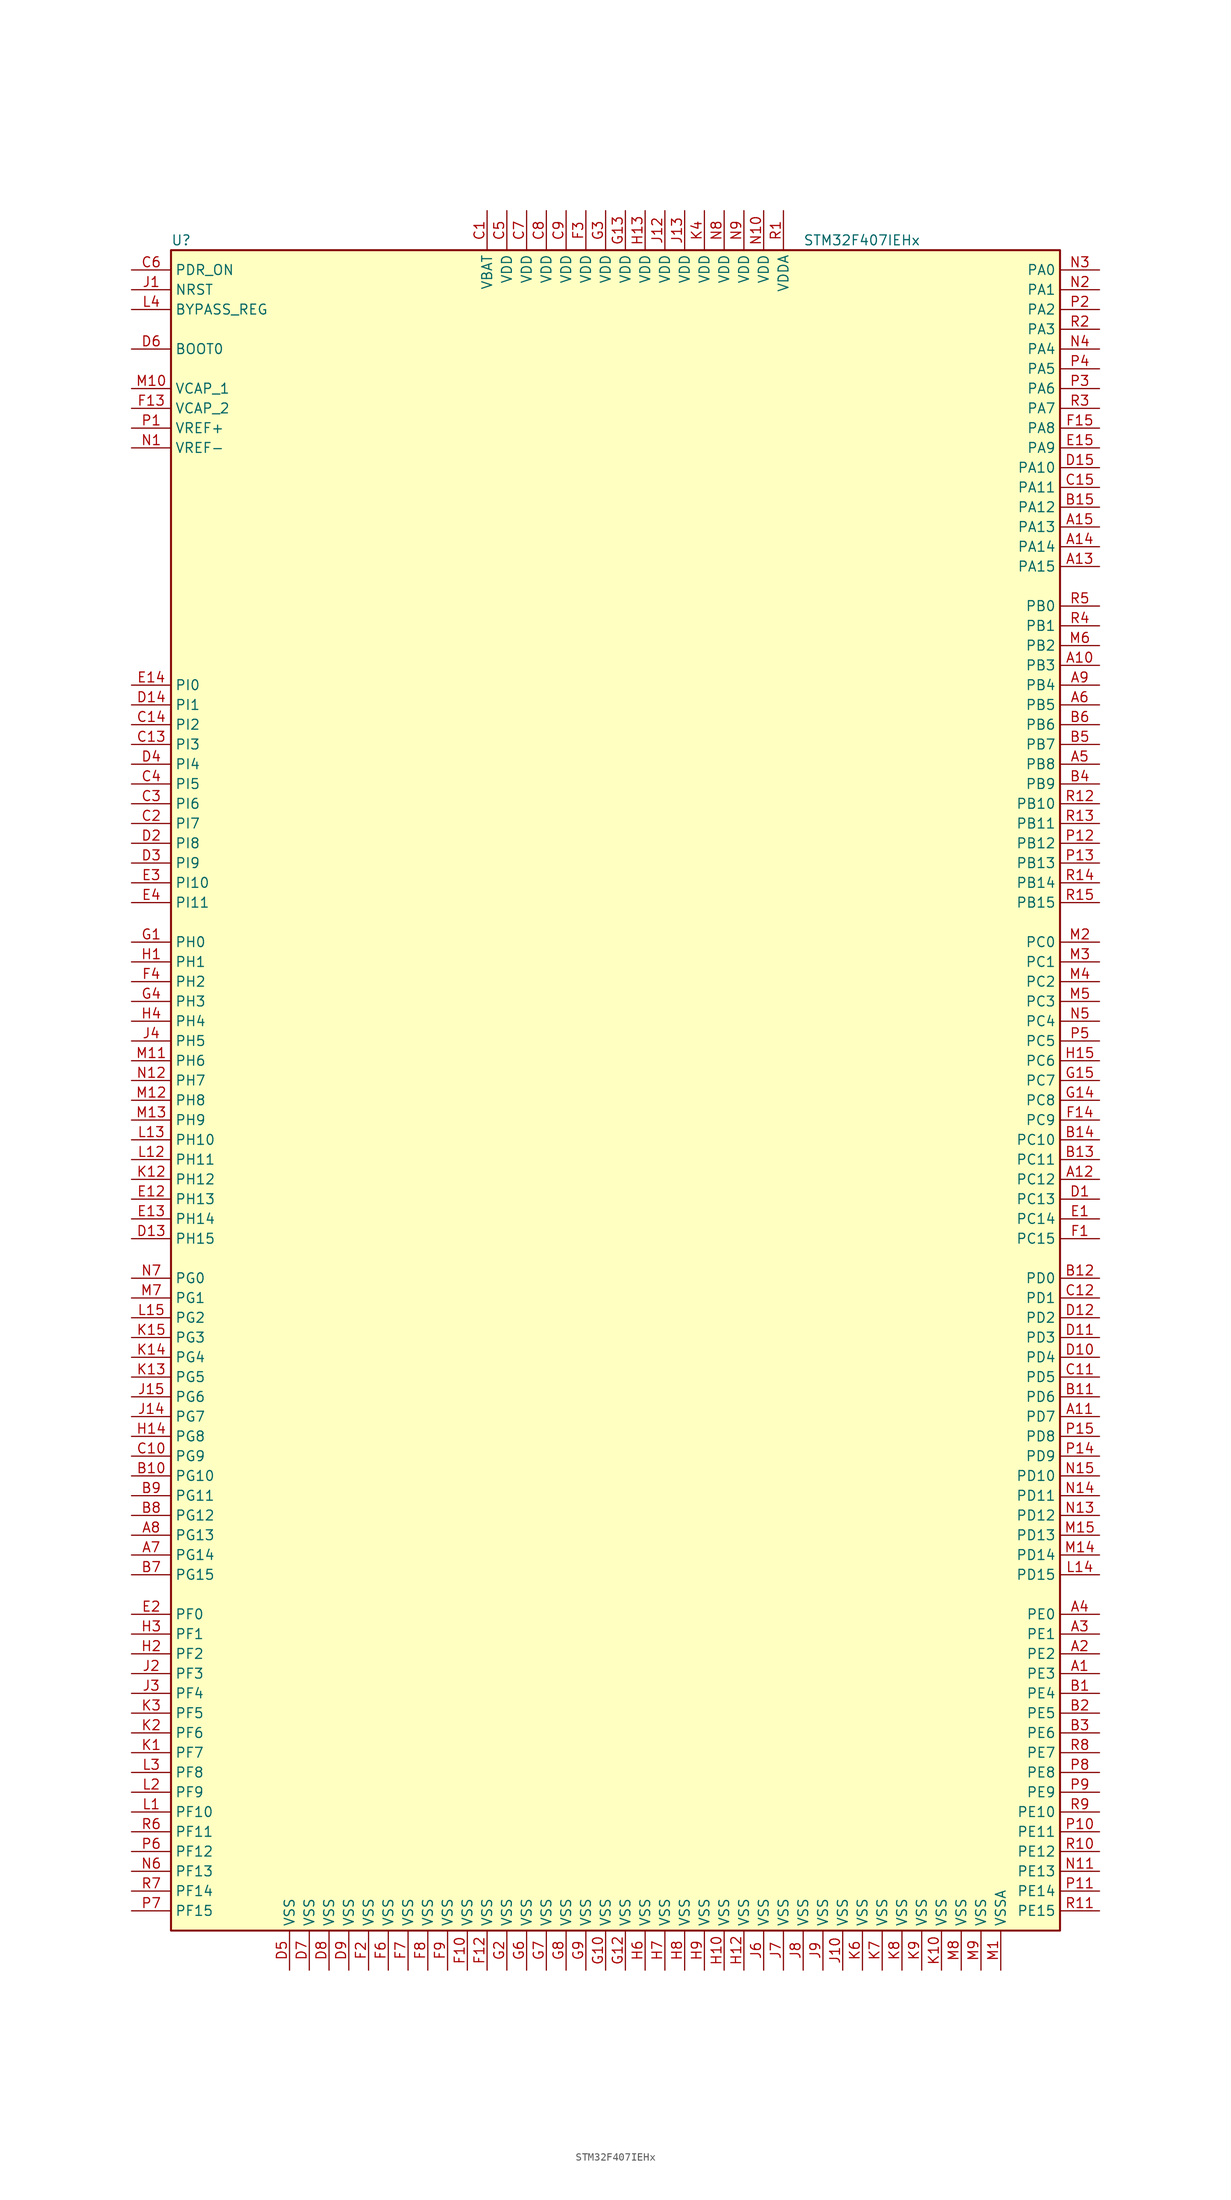
<source format=kicad_sym>
(kicad_symbol_lib
  (version 20201005)
  (generator kicad_symbol_editor)
  (symbol "STM32F407IEHx"
    (property "Reference" "U"
      (at -58.42 107.95 0)
      (effects (font (size 1.27 1.27)) (justify left)))
    (property "Value" "STM32F407IEHx"
      (at 22.86 107.95 0)
      (effects (font (size 1.27 1.27)) (justify left)))
    (symbol "STM32F407IEHx_0_1"
      (rectangle (start -58.42 -109.22) (end 55.88 106.68) (stroke (width 0.254)) (fill (type background))))
    (symbol "STM32F407IEHx_1_1"
      (pin input line (at -63.5 93.98 0) (length 5.08) (name "BOOT0" (effects (font (size 1.27 1.27)))) (number "D6" (effects (font (size 1.27 1.27)))))
      (pin input line (at -63.5 99.06 0) (length 5.08) (name "BYPASS_REG" (effects (font (size 1.27 1.27)))) (number "L4" (effects (font (size 1.27 1.27)))))
      (pin input line (at -63.5 101.6 0) (length 5.08) (name "NRST" (effects (font (size 1.27 1.27)))) (number "J1" (effects (font (size 1.27 1.27)))))
      (pin bidirectional line (at 60.96 104.14 180) (length 5.08) (name "PA0" (effects (font (size 1.27 1.27)))) (number "N3" (effects (font (size 1.27 1.27)))))
      (pin bidirectional line (at 60.96 101.6 180) (length 5.08) (name "PA1" (effects (font (size 1.27 1.27)))) (number "N2" (effects (font (size 1.27 1.27)))))
      (pin bidirectional line (at 60.96 78.74 180) (length 5.08) (name "PA10" (effects (font (size 1.27 1.27)))) (number "D15" (effects (font (size 1.27 1.27)))))
      (pin bidirectional line (at 60.96 76.2 180) (length 5.08) (name "PA11" (effects (font (size 1.27 1.27)))) (number "C15" (effects (font (size 1.27 1.27)))))
      (pin bidirectional line (at 60.96 73.66 180) (length 5.08) (name "PA12" (effects (font (size 1.27 1.27)))) (number "B15" (effects (font (size 1.27 1.27)))))
      (pin bidirectional line (at 60.96 71.12 180) (length 5.08) (name "PA13" (effects (font (size 1.27 1.27)))) (number "A15" (effects (font (size 1.27 1.27)))))
      (pin bidirectional line (at 60.96 68.58 180) (length 5.08) (name "PA14" (effects (font (size 1.27 1.27)))) (number "A14" (effects (font (size 1.27 1.27)))))
      (pin bidirectional line (at 60.96 66.04 180) (length 5.08) (name "PA15" (effects (font (size 1.27 1.27)))) (number "A13" (effects (font (size 1.27 1.27)))))
      (pin bidirectional line (at 60.96 99.06 180) (length 5.08) (name "PA2" (effects (font (size 1.27 1.27)))) (number "P2" (effects (font (size 1.27 1.27)))))
      (pin bidirectional line (at 60.96 96.52 180) (length 5.08) (name "PA3" (effects (font (size 1.27 1.27)))) (number "R2" (effects (font (size 1.27 1.27)))))
      (pin bidirectional line (at 60.96 93.98 180) (length 5.08) (name "PA4" (effects (font (size 1.27 1.27)))) (number "N4" (effects (font (size 1.27 1.27)))))
      (pin bidirectional line (at 60.96 91.44 180) (length 5.08) (name "PA5" (effects (font (size 1.27 1.27)))) (number "P4" (effects (font (size 1.27 1.27)))))
      (pin bidirectional line (at 60.96 88.9 180) (length 5.08) (name "PA6" (effects (font (size 1.27 1.27)))) (number "P3" (effects (font (size 1.27 1.27)))))
      (pin bidirectional line (at 60.96 86.36 180) (length 5.08) (name "PA7" (effects (font (size 1.27 1.27)))) (number "R3" (effects (font (size 1.27 1.27)))))
      (pin bidirectional line (at 60.96 83.82 180) (length 5.08) (name "PA8" (effects (font (size 1.27 1.27)))) (number "F15" (effects (font (size 1.27 1.27)))))
      (pin bidirectional line (at 60.96 81.28 180) (length 5.08) (name "PA9" (effects (font (size 1.27 1.27)))) (number "E15" (effects (font (size 1.27 1.27)))))
      (pin bidirectional line (at 60.96 60.96 180) (length 5.08) (name "PB0" (effects (font (size 1.27 1.27)))) (number "R5" (effects (font (size 1.27 1.27)))))
      (pin bidirectional line (at 60.96 58.42 180) (length 5.08) (name "PB1" (effects (font (size 1.27 1.27)))) (number "R4" (effects (font (size 1.27 1.27)))))
      (pin bidirectional line (at 60.96 35.56 180) (length 5.08) (name "PB10" (effects (font (size 1.27 1.27)))) (number "R12" (effects (font (size 1.27 1.27)))))
      (pin bidirectional line (at 60.96 33.02 180) (length 5.08) (name "PB11" (effects (font (size 1.27 1.27)))) (number "R13" (effects (font (size 1.27 1.27)))))
      (pin bidirectional line (at 60.96 30.48 180) (length 5.08) (name "PB12" (effects (font (size 1.27 1.27)))) (number "P12" (effects (font (size 1.27 1.27)))))
      (pin bidirectional line (at 60.96 27.94 180) (length 5.08) (name "PB13" (effects (font (size 1.27 1.27)))) (number "P13" (effects (font (size 1.27 1.27)))))
      (pin bidirectional line (at 60.96 25.4 180) (length 5.08) (name "PB14" (effects (font (size 1.27 1.27)))) (number "R14" (effects (font (size 1.27 1.27)))))
      (pin bidirectional line (at 60.96 22.86 180) (length 5.08) (name "PB15" (effects (font (size 1.27 1.27)))) (number "R15" (effects (font (size 1.27 1.27)))))
      (pin bidirectional line (at 60.96 55.88 180) (length 5.08) (name "PB2" (effects (font (size 1.27 1.27)))) (number "M6" (effects (font (size 1.27 1.27)))))
      (pin bidirectional line (at 60.96 53.34 180) (length 5.08) (name "PB3" (effects (font (size 1.27 1.27)))) (number "A10" (effects (font (size 1.27 1.27)))))
      (pin bidirectional line (at 60.96 50.8 180) (length 5.08) (name "PB4" (effects (font (size 1.27 1.27)))) (number "A9" (effects (font (size 1.27 1.27)))))
      (pin bidirectional line (at 60.96 48.26 180) (length 5.08) (name "PB5" (effects (font (size 1.27 1.27)))) (number "A6" (effects (font (size 1.27 1.27)))))
      (pin bidirectional line (at 60.96 45.72 180) (length 5.08) (name "PB6" (effects (font (size 1.27 1.27)))) (number "B6" (effects (font (size 1.27 1.27)))))
      (pin bidirectional line (at 60.96 43.18 180) (length 5.08) (name "PB7" (effects (font (size 1.27 1.27)))) (number "B5" (effects (font (size 1.27 1.27)))))
      (pin bidirectional line (at 60.96 40.64 180) (length 5.08) (name "PB8" (effects (font (size 1.27 1.27)))) (number "A5" (effects (font (size 1.27 1.27)))))
      (pin bidirectional line (at 60.96 38.1 180) (length 5.08) (name "PB9" (effects (font (size 1.27 1.27)))) (number "B4" (effects (font (size 1.27 1.27)))))
      (pin bidirectional line (at 60.96 17.78 180) (length 5.08) (name "PC0" (effects (font (size 1.27 1.27)))) (number "M2" (effects (font (size 1.27 1.27)))))
      (pin bidirectional line (at 60.96 15.24 180) (length 5.08) (name "PC1" (effects (font (size 1.27 1.27)))) (number "M3" (effects (font (size 1.27 1.27)))))
      (pin bidirectional line (at 60.96 -7.62 180) (length 5.08) (name "PC10" (effects (font (size 1.27 1.27)))) (number "B14" (effects (font (size 1.27 1.27)))))
      (pin bidirectional line (at 60.96 -10.16 180) (length 5.08) (name "PC11" (effects (font (size 1.27 1.27)))) (number "B13" (effects (font (size 1.27 1.27)))))
      (pin bidirectional line (at 60.96 -12.7 180) (length 5.08) (name "PC12" (effects (font (size 1.27 1.27)))) (number "A12" (effects (font (size 1.27 1.27)))))
      (pin bidirectional line (at 60.96 -15.24 180) (length 5.08) (name "PC13" (effects (font (size 1.27 1.27)))) (number "D1" (effects (font (size 1.27 1.27)))))
      (pin bidirectional line (at 60.96 -17.78 180) (length 5.08) (name "PC14" (effects (font (size 1.27 1.27)))) (number "E1" (effects (font (size 1.27 1.27)))))
      (pin bidirectional line (at 60.96 -20.32 180) (length 5.08) (name "PC15" (effects (font (size 1.27 1.27)))) (number "F1" (effects (font (size 1.27 1.27)))))
      (pin bidirectional line (at 60.96 12.7 180) (length 5.08) (name "PC2" (effects (font (size 1.27 1.27)))) (number "M4" (effects (font (size 1.27 1.27)))))
      (pin bidirectional line (at 60.96 10.16 180) (length 5.08) (name "PC3" (effects (font (size 1.27 1.27)))) (number "M5" (effects (font (size 1.27 1.27)))))
      (pin bidirectional line (at 60.96 7.62 180) (length 5.08) (name "PC4" (effects (font (size 1.27 1.27)))) (number "N5" (effects (font (size 1.27 1.27)))))
      (pin bidirectional line (at 60.96 5.08 180) (length 5.08) (name "PC5" (effects (font (size 1.27 1.27)))) (number "P5" (effects (font (size 1.27 1.27)))))
      (pin bidirectional line (at 60.96 2.54 180) (length 5.08) (name "PC6" (effects (font (size 1.27 1.27)))) (number "H15" (effects (font (size 1.27 1.27)))))
      (pin bidirectional line (at 60.96 0 180) (length 5.08) (name "PC7" (effects (font (size 1.27 1.27)))) (number "G15" (effects (font (size 1.27 1.27)))))
      (pin bidirectional line (at 60.96 -2.54 180) (length 5.08) (name "PC8" (effects (font (size 1.27 1.27)))) (number "G14" (effects (font (size 1.27 1.27)))))
      (pin bidirectional line (at 60.96 -5.08 180) (length 5.08) (name "PC9" (effects (font (size 1.27 1.27)))) (number "F14" (effects (font (size 1.27 1.27)))))
      (pin bidirectional line (at 60.96 -25.4 180) (length 5.08) (name "PD0" (effects (font (size 1.27 1.27)))) (number "B12" (effects (font (size 1.27 1.27)))))
      (pin bidirectional line (at 60.96 -27.94 180) (length 5.08) (name "PD1" (effects (font (size 1.27 1.27)))) (number "C12" (effects (font (size 1.27 1.27)))))
      (pin bidirectional line (at 60.96 -50.8 180) (length 5.08) (name "PD10" (effects (font (size 1.27 1.27)))) (number "N15" (effects (font (size 1.27 1.27)))))
      (pin bidirectional line (at 60.96 -53.34 180) (length 5.08) (name "PD11" (effects (font (size 1.27 1.27)))) (number "N14" (effects (font (size 1.27 1.27)))))
      (pin bidirectional line (at 60.96 -55.88 180) (length 5.08) (name "PD12" (effects (font (size 1.27 1.27)))) (number "N13" (effects (font (size 1.27 1.27)))))
      (pin bidirectional line (at 60.96 -58.42 180) (length 5.08) (name "PD13" (effects (font (size 1.27 1.27)))) (number "M15" (effects (font (size 1.27 1.27)))))
      (pin bidirectional line (at 60.96 -60.96 180) (length 5.08) (name "PD14" (effects (font (size 1.27 1.27)))) (number "M14" (effects (font (size 1.27 1.27)))))
      (pin bidirectional line (at 60.96 -63.5 180) (length 5.08) (name "PD15" (effects (font (size 1.27 1.27)))) (number "L14" (effects (font (size 1.27 1.27)))))
      (pin bidirectional line (at 60.96 -30.48 180) (length 5.08) (name "PD2" (effects (font (size 1.27 1.27)))) (number "D12" (effects (font (size 1.27 1.27)))))
      (pin bidirectional line (at 60.96 -33.02 180) (length 5.08) (name "PD3" (effects (font (size 1.27 1.27)))) (number "D11" (effects (font (size 1.27 1.27)))))
      (pin bidirectional line (at 60.96 -35.56 180) (length 5.08) (name "PD4" (effects (font (size 1.27 1.27)))) (number "D10" (effects (font (size 1.27 1.27)))))
      (pin bidirectional line (at 60.96 -38.1 180) (length 5.08) (name "PD5" (effects (font (size 1.27 1.27)))) (number "C11" (effects (font (size 1.27 1.27)))))
      (pin bidirectional line (at 60.96 -40.64 180) (length 5.08) (name "PD6" (effects (font (size 1.27 1.27)))) (number "B11" (effects (font (size 1.27 1.27)))))
      (pin bidirectional line (at 60.96 -43.18 180) (length 5.08) (name "PD7" (effects (font (size 1.27 1.27)))) (number "A11" (effects (font (size 1.27 1.27)))))
      (pin bidirectional line (at 60.96 -45.72 180) (length 5.08) (name "PD8" (effects (font (size 1.27 1.27)))) (number "P15" (effects (font (size 1.27 1.27)))))
      (pin bidirectional line (at 60.96 -48.26 180) (length 5.08) (name "PD9" (effects (font (size 1.27 1.27)))) (number "P14" (effects (font (size 1.27 1.27)))))
      (pin input line (at -63.5 104.14 0) (length 5.08) (name "PDR_ON" (effects (font (size 1.27 1.27)))) (number "C6" (effects (font (size 1.27 1.27)))))
      (pin bidirectional line (at 60.96 -68.58 180) (length 5.08) (name "PE0" (effects (font (size 1.27 1.27)))) (number "A4" (effects (font (size 1.27 1.27)))))
      (pin bidirectional line (at 60.96 -71.12 180) (length 5.08) (name "PE1" (effects (font (size 1.27 1.27)))) (number "A3" (effects (font (size 1.27 1.27)))))
      (pin bidirectional line (at 60.96 -93.98 180) (length 5.08) (name "PE10" (effects (font (size 1.27 1.27)))) (number "R9" (effects (font (size 1.27 1.27)))))
      (pin bidirectional line (at 60.96 -96.52 180) (length 5.08) (name "PE11" (effects (font (size 1.27 1.27)))) (number "P10" (effects (font (size 1.27 1.27)))))
      (pin bidirectional line (at 60.96 -99.06 180) (length 5.08) (name "PE12" (effects (font (size 1.27 1.27)))) (number "R10" (effects (font (size 1.27 1.27)))))
      (pin bidirectional line (at 60.96 -101.6 180) (length 5.08) (name "PE13" (effects (font (size 1.27 1.27)))) (number "N11" (effects (font (size 1.27 1.27)))))
      (pin bidirectional line (at 60.96 -104.14 180) (length 5.08) (name "PE14" (effects (font (size 1.27 1.27)))) (number "P11" (effects (font (size 1.27 1.27)))))
      (pin bidirectional line (at 60.96 -106.68 180) (length 5.08) (name "PE15" (effects (font (size 1.27 1.27)))) (number "R11" (effects (font (size 1.27 1.27)))))
      (pin bidirectional line (at 60.96 -73.66 180) (length 5.08) (name "PE2" (effects (font (size 1.27 1.27)))) (number "A2" (effects (font (size 1.27 1.27)))))
      (pin bidirectional line (at 60.96 -76.2 180) (length 5.08) (name "PE3" (effects (font (size 1.27 1.27)))) (number "A1" (effects (font (size 1.27 1.27)))))
      (pin bidirectional line (at 60.96 -78.74 180) (length 5.08) (name "PE4" (effects (font (size 1.27 1.27)))) (number "B1" (effects (font (size 1.27 1.27)))))
      (pin bidirectional line (at 60.96 -81.28 180) (length 5.08) (name "PE5" (effects (font (size 1.27 1.27)))) (number "B2" (effects (font (size 1.27 1.27)))))
      (pin bidirectional line (at 60.96 -83.82 180) (length 5.08) (name "PE6" (effects (font (size 1.27 1.27)))) (number "B3" (effects (font (size 1.27 1.27)))))
      (pin bidirectional line (at 60.96 -86.36 180) (length 5.08) (name "PE7" (effects (font (size 1.27 1.27)))) (number "R8" (effects (font (size 1.27 1.27)))))
      (pin bidirectional line (at 60.96 -88.9 180) (length 5.08) (name "PE8" (effects (font (size 1.27 1.27)))) (number "P8" (effects (font (size 1.27 1.27)))))
      (pin bidirectional line (at 60.96 -91.44 180) (length 5.08) (name "PE9" (effects (font (size 1.27 1.27)))) (number "P9" (effects (font (size 1.27 1.27)))))
      (pin bidirectional line (at -63.5 -68.58 0) (length 5.08) (name "PF0" (effects (font (size 1.27 1.27)))) (number "E2" (effects (font (size 1.27 1.27)))))
      (pin bidirectional line (at -63.5 -71.12 0) (length 5.08) (name "PF1" (effects (font (size 1.27 1.27)))) (number "H3" (effects (font (size 1.27 1.27)))))
      (pin bidirectional line (at -63.5 -93.98 0) (length 5.08) (name "PF10" (effects (font (size 1.27 1.27)))) (number "L1" (effects (font (size 1.27 1.27)))))
      (pin bidirectional line (at -63.5 -96.52 0) (length 5.08) (name "PF11" (effects (font (size 1.27 1.27)))) (number "R6" (effects (font (size 1.27 1.27)))))
      (pin bidirectional line (at -63.5 -99.06 0) (length 5.08) (name "PF12" (effects (font (size 1.27 1.27)))) (number "P6" (effects (font (size 1.27 1.27)))))
      (pin bidirectional line (at -63.5 -101.6 0) (length 5.08) (name "PF13" (effects (font (size 1.27 1.27)))) (number "N6" (effects (font (size 1.27 1.27)))))
      (pin bidirectional line (at -63.5 -104.14 0) (length 5.08) (name "PF14" (effects (font (size 1.27 1.27)))) (number "R7" (effects (font (size 1.27 1.27)))))
      (pin bidirectional line (at -63.5 -106.68 0) (length 5.08) (name "PF15" (effects (font (size 1.27 1.27)))) (number "P7" (effects (font (size 1.27 1.27)))))
      (pin bidirectional line (at -63.5 -73.66 0) (length 5.08) (name "PF2" (effects (font (size 1.27 1.27)))) (number "H2" (effects (font (size 1.27 1.27)))))
      (pin bidirectional line (at -63.5 -76.2 0) (length 5.08) (name "PF3" (effects (font (size 1.27 1.27)))) (number "J2" (effects (font (size 1.27 1.27)))))
      (pin bidirectional line (at -63.5 -78.74 0) (length 5.08) (name "PF4" (effects (font (size 1.27 1.27)))) (number "J3" (effects (font (size 1.27 1.27)))))
      (pin bidirectional line (at -63.5 -81.28 0) (length 5.08) (name "PF5" (effects (font (size 1.27 1.27)))) (number "K3" (effects (font (size 1.27 1.27)))))
      (pin bidirectional line (at -63.5 -83.82 0) (length 5.08) (name "PF6" (effects (font (size 1.27 1.27)))) (number "K2" (effects (font (size 1.27 1.27)))))
      (pin bidirectional line (at -63.5 -86.36 0) (length 5.08) (name "PF7" (effects (font (size 1.27 1.27)))) (number "K1" (effects (font (size 1.27 1.27)))))
      (pin bidirectional line (at -63.5 -88.9 0) (length 5.08) (name "PF8" (effects (font (size 1.27 1.27)))) (number "L3" (effects (font (size 1.27 1.27)))))
      (pin bidirectional line (at -63.5 -91.44 0) (length 5.08) (name "PF9" (effects (font (size 1.27 1.27)))) (number "L2" (effects (font (size 1.27 1.27)))))
      (pin bidirectional line (at -63.5 -25.4 0) (length 5.08) (name "PG0" (effects (font (size 1.27 1.27)))) (number "N7" (effects (font (size 1.27 1.27)))))
      (pin bidirectional line (at -63.5 -27.94 0) (length 5.08) (name "PG1" (effects (font (size 1.27 1.27)))) (number "M7" (effects (font (size 1.27 1.27)))))
      (pin bidirectional line (at -63.5 -50.8 0) (length 5.08) (name "PG10" (effects (font (size 1.27 1.27)))) (number "B10" (effects (font (size 1.27 1.27)))))
      (pin bidirectional line (at -63.5 -53.34 0) (length 5.08) (name "PG11" (effects (font (size 1.27 1.27)))) (number "B9" (effects (font (size 1.27 1.27)))))
      (pin bidirectional line (at -63.5 -55.88 0) (length 5.08) (name "PG12" (effects (font (size 1.27 1.27)))) (number "B8" (effects (font (size 1.27 1.27)))))
      (pin bidirectional line (at -63.5 -58.42 0) (length 5.08) (name "PG13" (effects (font (size 1.27 1.27)))) (number "A8" (effects (font (size 1.27 1.27)))))
      (pin bidirectional line (at -63.5 -60.96 0) (length 5.08) (name "PG14" (effects (font (size 1.27 1.27)))) (number "A7" (effects (font (size 1.27 1.27)))))
      (pin bidirectional line (at -63.5 -63.5 0) (length 5.08) (name "PG15" (effects (font (size 1.27 1.27)))) (number "B7" (effects (font (size 1.27 1.27)))))
      (pin bidirectional line (at -63.5 -30.48 0) (length 5.08) (name "PG2" (effects (font (size 1.27 1.27)))) (number "L15" (effects (font (size 1.27 1.27)))))
      (pin bidirectional line (at -63.5 -33.02 0) (length 5.08) (name "PG3" (effects (font (size 1.27 1.27)))) (number "K15" (effects (font (size 1.27 1.27)))))
      (pin bidirectional line (at -63.5 -35.56 0) (length 5.08) (name "PG4" (effects (font (size 1.27 1.27)))) (number "K14" (effects (font (size 1.27 1.27)))))
      (pin bidirectional line (at -63.5 -38.1 0) (length 5.08) (name "PG5" (effects (font (size 1.27 1.27)))) (number "K13" (effects (font (size 1.27 1.27)))))
      (pin bidirectional line (at -63.5 -40.64 0) (length 5.08) (name "PG6" (effects (font (size 1.27 1.27)))) (number "J15" (effects (font (size 1.27 1.27)))))
      (pin bidirectional line (at -63.5 -43.18 0) (length 5.08) (name "PG7" (effects (font (size 1.27 1.27)))) (number "J14" (effects (font (size 1.27 1.27)))))
      (pin bidirectional line (at -63.5 -45.72 0) (length 5.08) (name "PG8" (effects (font (size 1.27 1.27)))) (number "H14" (effects (font (size 1.27 1.27)))))
      (pin bidirectional line (at -63.5 -48.26 0) (length 5.08) (name "PG9" (effects (font (size 1.27 1.27)))) (number "C10" (effects (font (size 1.27 1.27)))))
      (pin input line (at -63.5 17.78 0) (length 5.08) (name "PH0" (effects (font (size 1.27 1.27)))) (number "G1" (effects (font (size 1.27 1.27)))))
      (pin input line (at -63.5 15.24 0) (length 5.08) (name "PH1" (effects (font (size 1.27 1.27)))) (number "H1" (effects (font (size 1.27 1.27)))))
      (pin bidirectional line (at -63.5 -7.62 0) (length 5.08) (name "PH10" (effects (font (size 1.27 1.27)))) (number "L13" (effects (font (size 1.27 1.27)))))
      (pin bidirectional line (at -63.5 -10.16 0) (length 5.08) (name "PH11" (effects (font (size 1.27 1.27)))) (number "L12" (effects (font (size 1.27 1.27)))))
      (pin bidirectional line (at -63.5 -12.7 0) (length 5.08) (name "PH12" (effects (font (size 1.27 1.27)))) (number "K12" (effects (font (size 1.27 1.27)))))
      (pin bidirectional line (at -63.5 -15.24 0) (length 5.08) (name "PH13" (effects (font (size 1.27 1.27)))) (number "E12" (effects (font (size 1.27 1.27)))))
      (pin bidirectional line (at -63.5 -17.78 0) (length 5.08) (name "PH14" (effects (font (size 1.27 1.27)))) (number "E13" (effects (font (size 1.27 1.27)))))
      (pin bidirectional line (at -63.5 -20.32 0) (length 5.08) (name "PH15" (effects (font (size 1.27 1.27)))) (number "D13" (effects (font (size 1.27 1.27)))))
      (pin bidirectional line (at -63.5 12.7 0) (length 5.08) (name "PH2" (effects (font (size 1.27 1.27)))) (number "F4" (effects (font (size 1.27 1.27)))))
      (pin bidirectional line (at -63.5 10.16 0) (length 5.08) (name "PH3" (effects (font (size 1.27 1.27)))) (number "G4" (effects (font (size 1.27 1.27)))))
      (pin bidirectional line (at -63.5 7.62 0) (length 5.08) (name "PH4" (effects (font (size 1.27 1.27)))) (number "H4" (effects (font (size 1.27 1.27)))))
      (pin bidirectional line (at -63.5 5.08 0) (length 5.08) (name "PH5" (effects (font (size 1.27 1.27)))) (number "J4" (effects (font (size 1.27 1.27)))))
      (pin bidirectional line (at -63.5 2.54 0) (length 5.08) (name "PH6" (effects (font (size 1.27 1.27)))) (number "M11" (effects (font (size 1.27 1.27)))))
      (pin bidirectional line (at -63.5 0 0) (length 5.08) (name "PH7" (effects (font (size 1.27 1.27)))) (number "N12" (effects (font (size 1.27 1.27)))))
      (pin bidirectional line (at -63.5 -2.54 0) (length 5.08) (name "PH8" (effects (font (size 1.27 1.27)))) (number "M12" (effects (font (size 1.27 1.27)))))
      (pin bidirectional line (at -63.5 -5.08 0) (length 5.08) (name "PH9" (effects (font (size 1.27 1.27)))) (number "M13" (effects (font (size 1.27 1.27)))))
      (pin bidirectional line (at -63.5 50.8 0) (length 5.08) (name "PI0" (effects (font (size 1.27 1.27)))) (number "E14" (effects (font (size 1.27 1.27)))))
      (pin bidirectional line (at -63.5 48.26 0) (length 5.08) (name "PI1" (effects (font (size 1.27 1.27)))) (number "D14" (effects (font (size 1.27 1.27)))))
      (pin bidirectional line (at -63.5 25.4 0) (length 5.08) (name "PI10" (effects (font (size 1.27 1.27)))) (number "E3" (effects (font (size 1.27 1.27)))))
      (pin bidirectional line (at -63.5 22.86 0) (length 5.08) (name "PI11" (effects (font (size 1.27 1.27)))) (number "E4" (effects (font (size 1.27 1.27)))))
      (pin bidirectional line (at -63.5 45.72 0) (length 5.08) (name "PI2" (effects (font (size 1.27 1.27)))) (number "C14" (effects (font (size 1.27 1.27)))))
      (pin bidirectional line (at -63.5 43.18 0) (length 5.08) (name "PI3" (effects (font (size 1.27 1.27)))) (number "C13" (effects (font (size 1.27 1.27)))))
      (pin bidirectional line (at -63.5 40.64 0) (length 5.08) (name "PI4" (effects (font (size 1.27 1.27)))) (number "D4" (effects (font (size 1.27 1.27)))))
      (pin bidirectional line (at -63.5 38.1 0) (length 5.08) (name "PI5" (effects (font (size 1.27 1.27)))) (number "C4" (effects (font (size 1.27 1.27)))))
      (pin bidirectional line (at -63.5 35.56 0) (length 5.08) (name "PI6" (effects (font (size 1.27 1.27)))) (number "C3" (effects (font (size 1.27 1.27)))))
      (pin bidirectional line (at -63.5 33.02 0) (length 5.08) (name "PI7" (effects (font (size 1.27 1.27)))) (number "C2" (effects (font (size 1.27 1.27)))))
      (pin bidirectional line (at -63.5 30.48 0) (length 5.08) (name "PI8" (effects (font (size 1.27 1.27)))) (number "D2" (effects (font (size 1.27 1.27)))))
      (pin bidirectional line (at -63.5 27.94 0) (length 5.08) (name "PI9" (effects (font (size 1.27 1.27)))) (number "D3" (effects (font (size 1.27 1.27)))))
      (pin power_in line (at -17.78 111.76 270) (length 5.08) (name "VBAT" (effects (font (size 1.27 1.27)))) (number "C1" (effects (font (size 1.27 1.27)))))
      (pin power_in line (at -63.5 88.9 0) (length 5.08) (name "VCAP_1" (effects (font (size 1.27 1.27)))) (number "M10" (effects (font (size 1.27 1.27)))))
      (pin power_in line (at -63.5 86.36 0) (length 5.08) (name "VCAP_2" (effects (font (size 1.27 1.27)))) (number "F13" (effects (font (size 1.27 1.27)))))
      (pin power_in line (at -15.24 111.76 270) (length 5.08) (name "VDD" (effects (font (size 1.27 1.27)))) (number "C5" (effects (font (size 1.27 1.27)))))
      (pin power_in line (at -12.7 111.76 270) (length 5.08) (name "VDD" (effects (font (size 1.27 1.27)))) (number "C7" (effects (font (size 1.27 1.27)))))
      (pin power_in line (at -10.16 111.76 270) (length 5.08) (name "VDD" (effects (font (size 1.27 1.27)))) (number "C8" (effects (font (size 1.27 1.27)))))
      (pin power_in line (at -7.62 111.76 270) (length 5.08) (name "VDD" (effects (font (size 1.27 1.27)))) (number "C9" (effects (font (size 1.27 1.27)))))
      (pin power_in line (at -5.08 111.76 270) (length 5.08) (name "VDD" (effects (font (size 1.27 1.27)))) (number "F3" (effects (font (size 1.27 1.27)))))
      (pin power_in line (at 0 111.76 270) (length 5.08) (name "VDD" (effects (font (size 1.27 1.27)))) (number "G13" (effects (font (size 1.27 1.27)))))
      (pin power_in line (at -2.54 111.76 270) (length 5.08) (name "VDD" (effects (font (size 1.27 1.27)))) (number "G3" (effects (font (size 1.27 1.27)))))
      (pin power_in line (at 2.54 111.76 270) (length 5.08) (name "VDD" (effects (font (size 1.27 1.27)))) (number "H13" (effects (font (size 1.27 1.27)))))
      (pin power_in line (at 5.08 111.76 270) (length 5.08) (name "VDD" (effects (font (size 1.27 1.27)))) (number "J12" (effects (font (size 1.27 1.27)))))
      (pin power_in line (at 7.62 111.76 270) (length 5.08) (name "VDD" (effects (font (size 1.27 1.27)))) (number "J13" (effects (font (size 1.27 1.27)))))
      (pin power_in line (at 10.16 111.76 270) (length 5.08) (name "VDD" (effects (font (size 1.27 1.27)))) (number "K4" (effects (font (size 1.27 1.27)))))
      (pin power_in line (at 17.78 111.76 270) (length 5.08) (name "VDD" (effects (font (size 1.27 1.27)))) (number "N10" (effects (font (size 1.27 1.27)))))
      (pin power_in line (at 12.7 111.76 270) (length 5.08) (name "VDD" (effects (font (size 1.27 1.27)))) (number "N8" (effects (font (size 1.27 1.27)))))
      (pin power_in line (at 15.24 111.76 270) (length 5.08) (name "VDD" (effects (font (size 1.27 1.27)))) (number "N9" (effects (font (size 1.27 1.27)))))
      (pin power_in line (at 20.32 111.76 270) (length 5.08) (name "VDDA" (effects (font (size 1.27 1.27)))) (number "R1" (effects (font (size 1.27 1.27)))))
      (pin power_in line (at -63.5 83.82 0) (length 5.08) (name "VREF+" (effects (font (size 1.27 1.27)))) (number "P1" (effects (font (size 1.27 1.27)))))
      (pin power_in line (at -63.5 81.28 0) (length 5.08) (name "VREF-" (effects (font (size 1.27 1.27)))) (number "N1" (effects (font (size 1.27 1.27)))))
      (pin power_in line (at -43.18 -114.3 90) (length 5.08) (name "VSS" (effects (font (size 1.27 1.27)))) (number "D5" (effects (font (size 1.27 1.27)))))
      (pin power_in line (at -40.64 -114.3 90) (length 5.08) (name "VSS" (effects (font (size 1.27 1.27)))) (number "D7" (effects (font (size 1.27 1.27)))))
      (pin power_in line (at -38.1 -114.3 90) (length 5.08) (name "VSS" (effects (font (size 1.27 1.27)))) (number "D8" (effects (font (size 1.27 1.27)))))
      (pin power_in line (at -35.56 -114.3 90) (length 5.08) (name "VSS" (effects (font (size 1.27 1.27)))) (number "D9" (effects (font (size 1.27 1.27)))))
      (pin power_in line (at -20.32 -114.3 90) (length 5.08) (name "VSS" (effects (font (size 1.27 1.27)))) (number "F10" (effects (font (size 1.27 1.27)))))
      (pin power_in line (at -17.78 -114.3 90) (length 5.08) (name "VSS" (effects (font (size 1.27 1.27)))) (number "F12" (effects (font (size 1.27 1.27)))))
      (pin power_in line (at -33.02 -114.3 90) (length 5.08) (name "VSS" (effects (font (size 1.27 1.27)))) (number "F2" (effects (font (size 1.27 1.27)))))
      (pin power_in line (at -30.48 -114.3 90) (length 5.08) (name "VSS" (effects (font (size 1.27 1.27)))) (number "F6" (effects (font (size 1.27 1.27)))))
      (pin power_in line (at -27.94 -114.3 90) (length 5.08) (name "VSS" (effects (font (size 1.27 1.27)))) (number "F7" (effects (font (size 1.27 1.27)))))
      (pin power_in line (at -25.4 -114.3 90) (length 5.08) (name "VSS" (effects (font (size 1.27 1.27)))) (number "F8" (effects (font (size 1.27 1.27)))))
      (pin power_in line (at -22.86 -114.3 90) (length 5.08) (name "VSS" (effects (font (size 1.27 1.27)))) (number "F9" (effects (font (size 1.27 1.27)))))
      (pin power_in line (at -2.54 -114.3 90) (length 5.08) (name "VSS" (effects (font (size 1.27 1.27)))) (number "G10" (effects (font (size 1.27 1.27)))))
      (pin power_in line (at 0 -114.3 90) (length 5.08) (name "VSS" (effects (font (size 1.27 1.27)))) (number "G12" (effects (font (size 1.27 1.27)))))
      (pin power_in line (at -15.24 -114.3 90) (length 5.08) (name "VSS" (effects (font (size 1.27 1.27)))) (number "G2" (effects (font (size 1.27 1.27)))))
      (pin power_in line (at -12.7 -114.3 90) (length 5.08) (name "VSS" (effects (font (size 1.27 1.27)))) (number "G6" (effects (font (size 1.27 1.27)))))
      (pin power_in line (at -10.16 -114.3 90) (length 5.08) (name "VSS" (effects (font (size 1.27 1.27)))) (number "G7" (effects (font (size 1.27 1.27)))))
      (pin power_in line (at -7.62 -114.3 90) (length 5.08) (name "VSS" (effects (font (size 1.27 1.27)))) (number "G8" (effects (font (size 1.27 1.27)))))
      (pin power_in line (at -5.08 -114.3 90) (length 5.08) (name "VSS" (effects (font (size 1.27 1.27)))) (number "G9" (effects (font (size 1.27 1.27)))))
      (pin power_in line (at 12.7 -114.3 90) (length 5.08) (name "VSS" (effects (font (size 1.27 1.27)))) (number "H10" (effects (font (size 1.27 1.27)))))
      (pin power_in line (at 15.24 -114.3 90) (length 5.08) (name "VSS" (effects (font (size 1.27 1.27)))) (number "H12" (effects (font (size 1.27 1.27)))))
      (pin power_in line (at 2.54 -114.3 90) (length 5.08) (name "VSS" (effects (font (size 1.27 1.27)))) (number "H6" (effects (font (size 1.27 1.27)))))
      (pin power_in line (at 5.08 -114.3 90) (length 5.08) (name "VSS" (effects (font (size 1.27 1.27)))) (number "H7" (effects (font (size 1.27 1.27)))))
      (pin power_in line (at 7.62 -114.3 90) (length 5.08) (name "VSS" (effects (font (size 1.27 1.27)))) (number "H8" (effects (font (size 1.27 1.27)))))
      (pin power_in line (at 10.16 -114.3 90) (length 5.08) (name "VSS" (effects (font (size 1.27 1.27)))) (number "H9" (effects (font (size 1.27 1.27)))))
      (pin power_in line (at 27.94 -114.3 90) (length 5.08) (name "VSS" (effects (font (size 1.27 1.27)))) (number "J10" (effects (font (size 1.27 1.27)))))
      (pin power_in line (at 17.78 -114.3 90) (length 5.08) (name "VSS" (effects (font (size 1.27 1.27)))) (number "J6" (effects (font (size 1.27 1.27)))))
      (pin power_in line (at 20.32 -114.3 90) (length 5.08) (name "VSS" (effects (font (size 1.27 1.27)))) (number "J7" (effects (font (size 1.27 1.27)))))
      (pin power_in line (at 22.86 -114.3 90) (length 5.08) (name "VSS" (effects (font (size 1.27 1.27)))) (number "J8" (effects (font (size 1.27 1.27)))))
      (pin power_in line (at 25.4 -114.3 90) (length 5.08) (name "VSS" (effects (font (size 1.27 1.27)))) (number "J9" (effects (font (size 1.27 1.27)))))
      (pin power_in line (at 40.64 -114.3 90) (length 5.08) (name "VSS" (effects (font (size 1.27 1.27)))) (number "K10" (effects (font (size 1.27 1.27)))))
      (pin power_in line (at 30.48 -114.3 90) (length 5.08) (name "VSS" (effects (font (size 1.27 1.27)))) (number "K6" (effects (font (size 1.27 1.27)))))
      (pin power_in line (at 33.02 -114.3 90) (length 5.08) (name "VSS" (effects (font (size 1.27 1.27)))) (number "K7" (effects (font (size 1.27 1.27)))))
      (pin power_in line (at 35.56 -114.3 90) (length 5.08) (name "VSS" (effects (font (size 1.27 1.27)))) (number "K8" (effects (font (size 1.27 1.27)))))
      (pin power_in line (at 38.1 -114.3 90) (length 5.08) (name "VSS" (effects (font (size 1.27 1.27)))) (number "K9" (effects (font (size 1.27 1.27)))))
      (pin power_in line (at 43.18 -114.3 90) (length 5.08) (name "VSS" (effects (font (size 1.27 1.27)))) (number "M8" (effects (font (size 1.27 1.27)))))
      (pin power_in line (at 45.72 -114.3 90) (length 5.08) (name "VSS" (effects (font (size 1.27 1.27)))) (number "M9" (effects (font (size 1.27 1.27)))))
      (pin power_in line (at 48.26 -114.3 90) (length 5.08) (name "VSSA" (effects (font (size 1.27 1.27)))) (number "M1" (effects (font (size 1.27 1.27))))))))
</source>
